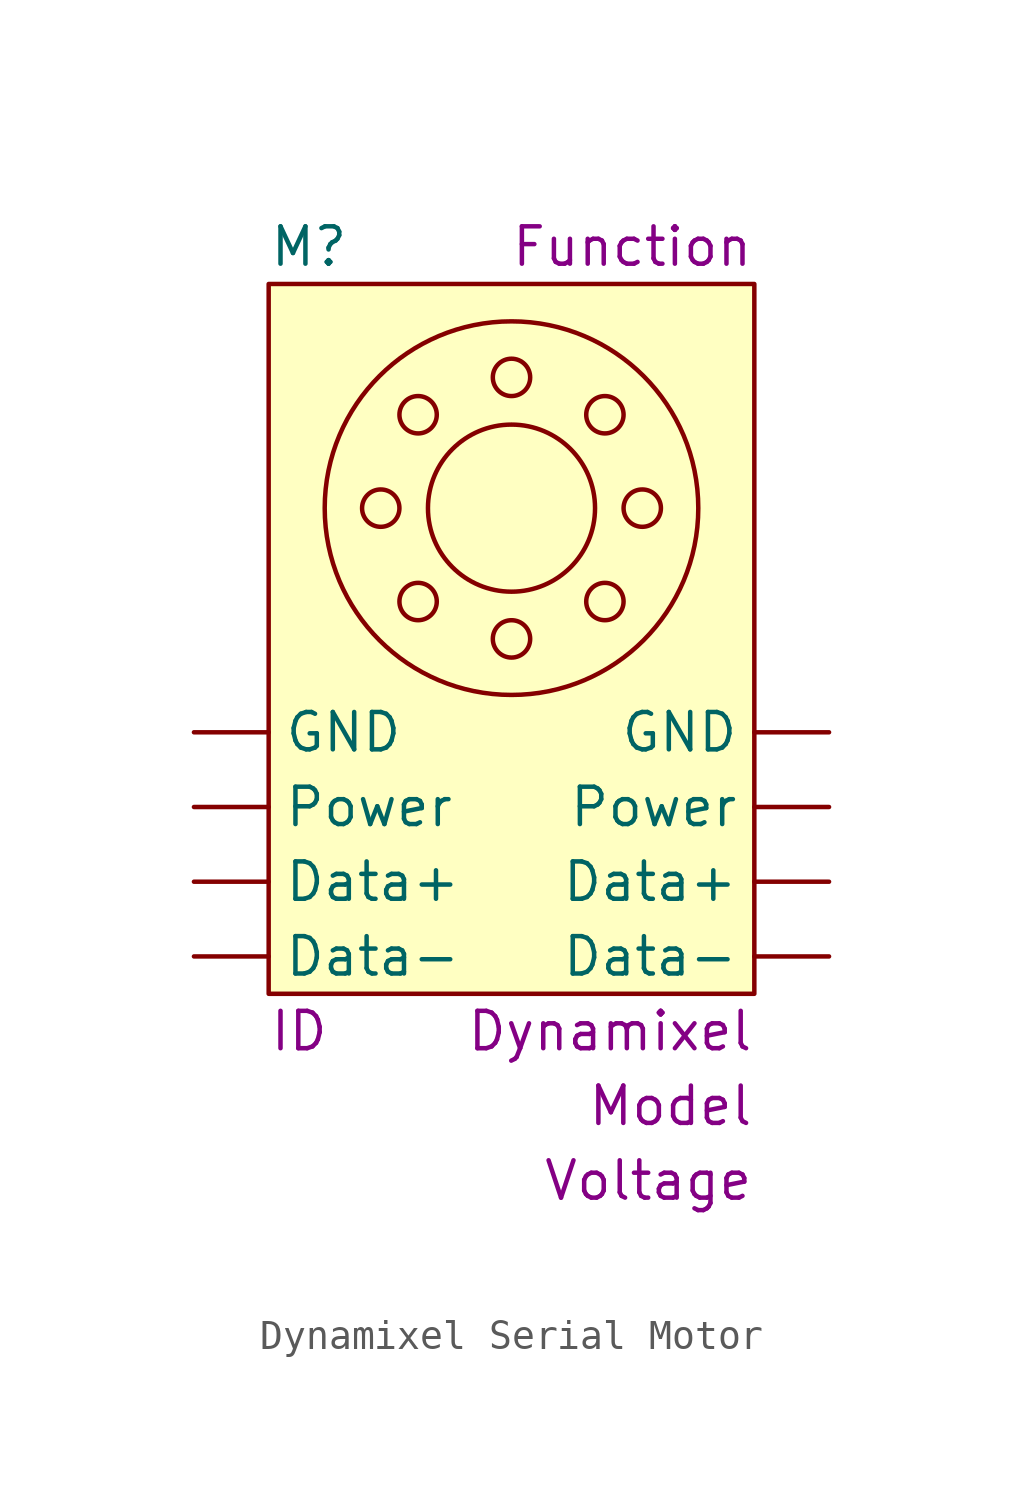
<source format=kicad_sym>
(kicad_symbol_lib
  (version 20220914)
  (generator kicad_symbol_editor)
  (symbol "Dynamixel Serial Motor"
    (pin_numbers hide)
    (property "Reference" "M"
      (at -8.89 10.16 0)
      (effects (font (size 1.27 1.27)) (justify left)))
    (property "Value" ""
      (at 10.16 -6.35 0)
      (effects (font (size 1.27 1.27))))
    (property "Manufacturer" "Dynamixel"
      (at 7.62 -16.51 0)
      (effects (font (size 1.27 1.27)) (justify right)))
    (property "Model" "Model"
      (at 7.62 -19.05 0)
      (effects (font (size 1.27 1.27)) (justify right)))
    (property "Voltage" "Voltage"
      (at 7.62 -21.59 0)
      (effects (font (size 1.27 1.27)) (justify right)))
    (property "Function" "Function"
      (at 7.62 10.16 0)
      (effects (font (size 1.27 1.27)) (justify right)))
    (property "ID" "ID"
      (at -8.89 -16.51 0)
      (effects (font (size 1.27 1.27)) (justify left)))
    (symbol "Dynamixel Serial Motor_0_0"
      (pin unspecified line (at -11.43 -11.43 0) (length 2.54) (name "Data+" (effects (font (size 1.27 1.27)))) (number "" (effects (font (size 1.27 1.27)))))
      (pin unspecified line (at 10.16 -11.43 180) (length 2.54) (name "Data+" (effects (font (size 1.27 1.27)))) (number "" (effects (font (size 1.27 1.27)))))
      (pin unspecified line (at -11.43 -13.97 0) (length 2.54) (name "Data-" (effects (font (size 1.27 1.27)))) (number "" (effects (font (size 1.27 1.27)))))
      (pin unspecified line (at 10.16 -13.97 180) (length 2.54) (name "Data-" (effects (font (size 1.27 1.27)))) (number "" (effects (font (size 1.27 1.27)))))
      (pin unspecified line (at -11.43 -6.35 0) (length 2.54) (name "GND" (effects (font (size 1.27 1.27)))) (number "" (effects (font (size 1.27 1.27)))))
      (pin unspecified line (at 10.16 -6.35 180) (length 2.54) (name "GND" (effects (font (size 1.27 1.27)))) (number "" (effects (font (size 1.27 1.27)))))
      (pin unspecified line (at -11.43 -8.89 0) (length 2.54) (name "Power" (effects (font (size 1.27 1.27)))) (number "" (effects (font (size 1.27 1.27)))))
      (pin unspecified line (at 10.16 -8.89 180) (length 2.54) (name "Power" (effects (font (size 1.27 1.27)))) (number "" (effects (font (size 1.27 1.27))))))
    (symbol "Dynamixel Serial Motor_0_1"
      (circle (center -5.08 1.27) (radius 0.635) (stroke (width 0) (type default)) (fill (type none)))
      (circle (center -3.81 -1.905) (radius 0.635) (stroke (width 0) (type default)) (fill (type none)))
      (circle (center -3.81 4.445) (radius 0.635) (stroke (width 0) (type default)) (fill (type none)))
      (circle (center -0.635 -3.175) (radius 0.635) (stroke (width 0) (type default)) (fill (type none)))
      (circle (center -0.635 1.27) (radius 2.84) (stroke (width 0) (type default)) (fill (type none)))
      (circle (center -0.635 1.27) (radius 6.35) (stroke (width 0) (type default)) (fill (type none)))
      (circle (center -0.635 5.715) (radius 0.635) (stroke (width 0) (type default)) (fill (type none)))
      (circle (center 2.54 -1.905) (radius 0.635) (stroke (width 0) (type default)) (fill (type none)))
      (circle (center 2.54 4.445) (radius 0.635) (stroke (width 0) (type default)) (fill (type none)))
      (circle (center 3.81 1.27) (radius 0.635) (stroke (width 0) (type default)) (fill (type none))))
    (symbol "Dynamixel Serial Motor_1_1"
      (rectangle (start -8.89 8.89) (end 7.62 -15.24) (stroke (width 0) (type default)) (fill (type background))))))
</source>
